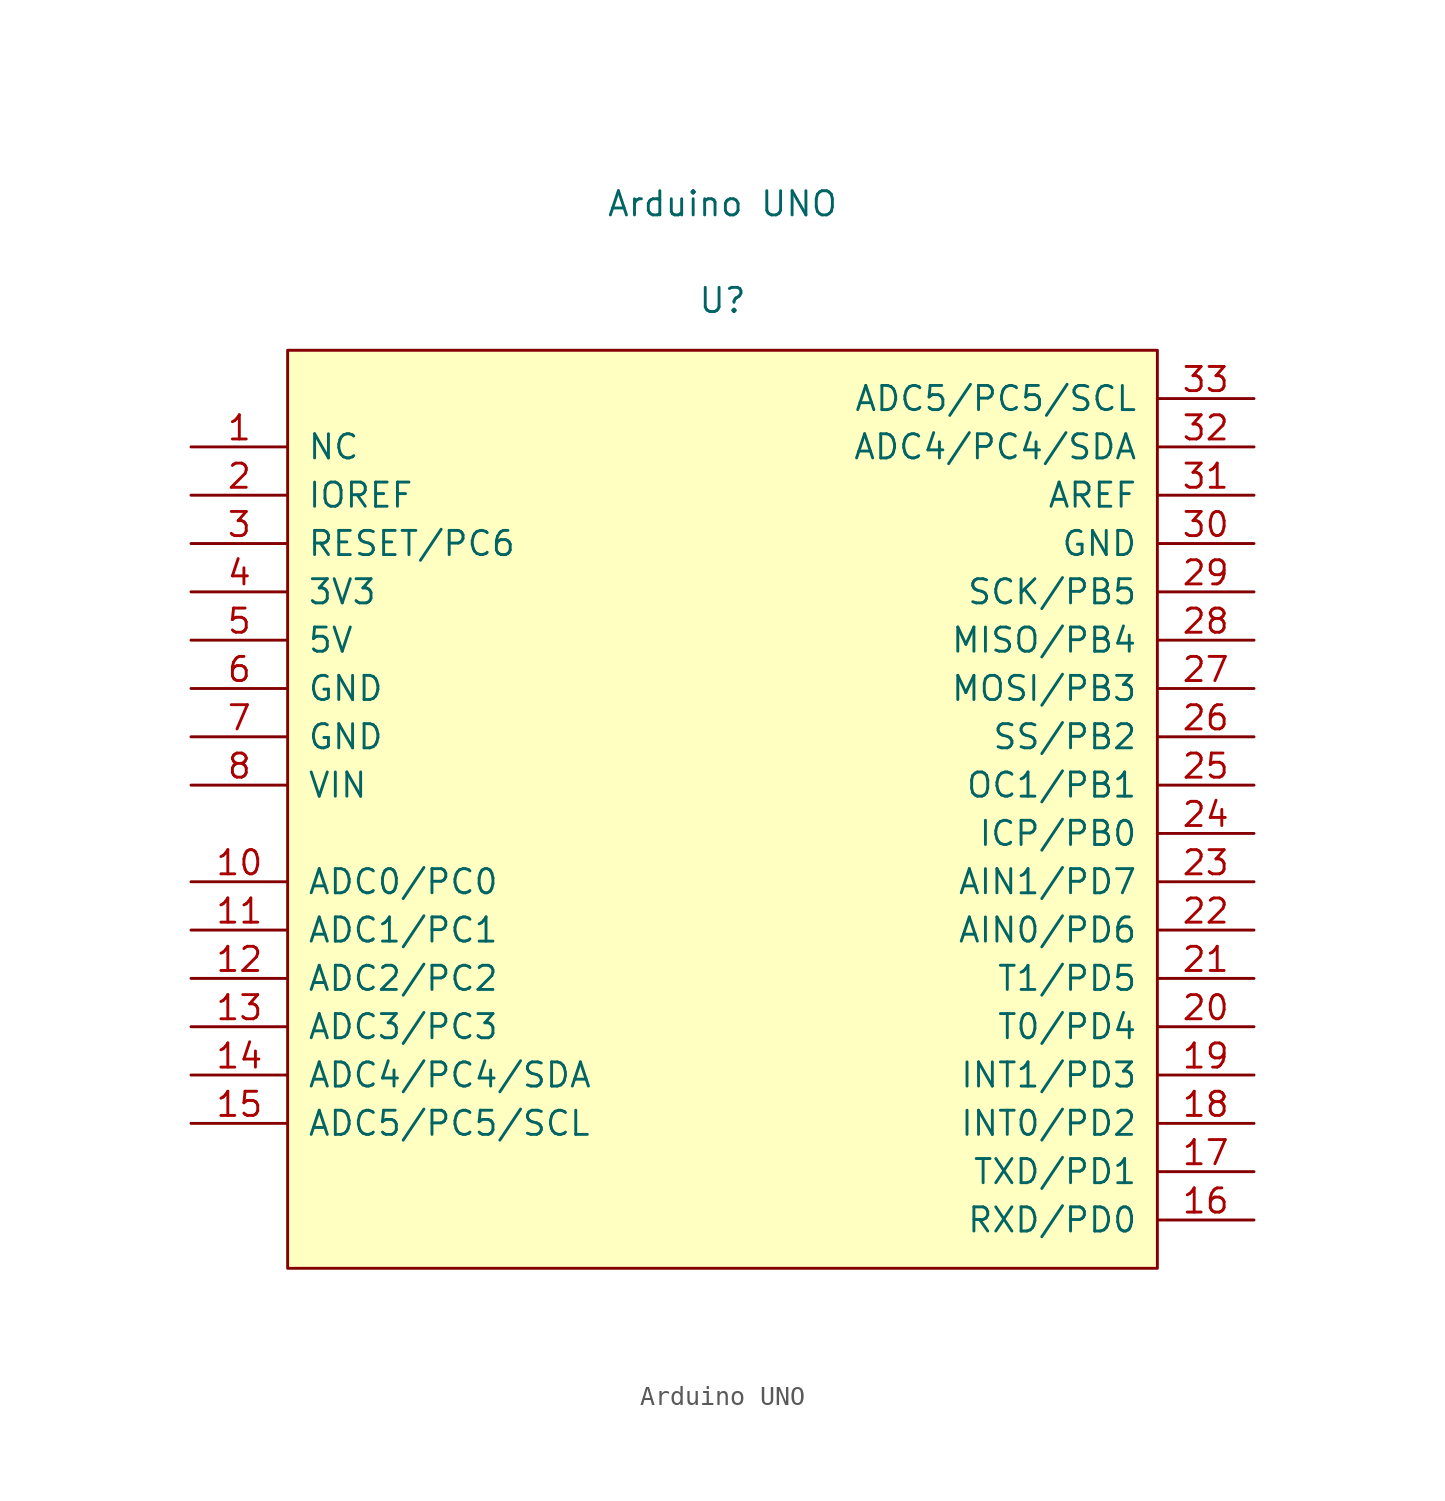
<source format=kicad_sym>
(kicad_symbol_lib
  (version 20220914)
  (generator kicad_symbol_editor)
  (symbol "Arduino UNO"
    (pin_names
      (offset 1.016))
    (property "Reference" "U"
      (at 0 28.016 0)
      (effects (font (size 1.27 1.27))))
    (property "Value" "Arduino UNO"
      (at 0 33.096 0)
      (effects (font (size 1.27 1.27))))
    (symbol "Arduino UNO_1_1"
      (rectangle (start -22.86 25.4) (end 22.86 -22.86) (stroke (width 0.152) (type solid)) (fill (type background)))
      (pin bidirectional line (at -27.94 20.32 0) (length 5.08) (name "NC" (effects (font (size 1.27 1.27)))) (number "1" (effects (font (size 1.27 1.27)))))
      (pin bidirectional line (at -27.94 -2.54 0) (length 5.08) (name "ADC0/PC0" (effects (font (size 1.27 1.27)))) (number "10" (effects (font (size 1.27 1.27)))))
      (pin bidirectional line (at -27.94 -5.08 0) (length 5.08) (name "ADC1/PC1" (effects (font (size 1.27 1.27)))) (number "11" (effects (font (size 1.27 1.27)))))
      (pin bidirectional line (at -27.94 -7.62 0) (length 5.08) (name "ADC2/PC2" (effects (font (size 1.27 1.27)))) (number "12" (effects (font (size 1.27 1.27)))))
      (pin bidirectional line (at -27.94 -10.16 0) (length 5.08) (name "ADC3/PC3" (effects (font (size 1.27 1.27)))) (number "13" (effects (font (size 1.27 1.27)))))
      (pin bidirectional line (at -27.94 -12.7 0) (length 5.08) (name "ADC4/PC4/SDA" (effects (font (size 1.27 1.27)))) (number "14" (effects (font (size 1.27 1.27)))))
      (pin bidirectional line (at -27.94 -15.24 0) (length 5.08) (name "ADC5/PC5/SCL" (effects (font (size 1.27 1.27)))) (number "15" (effects (font (size 1.27 1.27)))))
      (pin bidirectional line (at 27.94 -20.32 180) (length 5.08) (name "RXD/PD0" (effects (font (size 1.27 1.27)))) (number "16" (effects (font (size 1.27 1.27)))))
      (pin bidirectional line (at 27.94 -17.78 180) (length 5.08) (name "TXD/PD1" (effects (font (size 1.27 1.27)))) (number "17" (effects (font (size 1.27 1.27)))))
      (pin bidirectional line (at 27.94 -15.24 180) (length 5.08) (name "INT0/PD2" (effects (font (size 1.27 1.27)))) (number "18" (effects (font (size 1.27 1.27)))))
      (pin bidirectional line (at 27.94 -12.7 180) (length 5.08) (name "INT1/PD3" (effects (font (size 1.27 1.27)))) (number "19" (effects (font (size 1.27 1.27)))))
      (pin bidirectional line (at -27.94 17.78 0) (length 5.08) (name "IOREF" (effects (font (size 1.27 1.27)))) (number "2" (effects (font (size 1.27 1.27)))))
      (pin bidirectional line (at 27.94 -10.16 180) (length 5.08) (name "T0/PD4" (effects (font (size 1.27 1.27)))) (number "20" (effects (font (size 1.27 1.27)))))
      (pin bidirectional line (at 27.94 -7.62 180) (length 5.08) (name "T1/PD5" (effects (font (size 1.27 1.27)))) (number "21" (effects (font (size 1.27 1.27)))))
      (pin bidirectional line (at 27.94 -5.08 180) (length 5.08) (name "AIN0/PD6" (effects (font (size 1.27 1.27)))) (number "22" (effects (font (size 1.27 1.27)))))
      (pin bidirectional line (at 27.94 -2.54 180) (length 5.08) (name "AIN1/PD7" (effects (font (size 1.27 1.27)))) (number "23" (effects (font (size 1.27 1.27)))))
      (pin bidirectional line (at 27.94 0 180) (length 5.08) (name "ICP/PB0" (effects (font (size 1.27 1.27)))) (number "24" (effects (font (size 1.27 1.27)))))
      (pin bidirectional line (at 27.94 2.54 180) (length 5.08) (name "OC1/PB1" (effects (font (size 1.27 1.27)))) (number "25" (effects (font (size 1.27 1.27)))))
      (pin bidirectional line (at 27.94 5.08 180) (length 5.08) (name "SS/PB2" (effects (font (size 1.27 1.27)))) (number "26" (effects (font (size 1.27 1.27)))))
      (pin bidirectional line (at 27.94 7.62 180) (length 5.08) (name "MOSI/PB3" (effects (font (size 1.27 1.27)))) (number "27" (effects (font (size 1.27 1.27)))))
      (pin bidirectional line (at 27.94 10.16 180) (length 5.08) (name "MISO/PB4" (effects (font (size 1.27 1.27)))) (number "28" (effects (font (size 1.27 1.27)))))
      (pin bidirectional line (at 27.94 12.7 180) (length 5.08) (name "SCK/PB5" (effects (font (size 1.27 1.27)))) (number "29" (effects (font (size 1.27 1.27)))))
      (pin bidirectional line (at -27.94 15.24 0) (length 5.08) (name "RESET/PC6" (effects (font (size 1.27 1.27)))) (number "3" (effects (font (size 1.27 1.27)))))
      (pin bidirectional line (at 27.94 15.24 180) (length 5.08) (name "GND" (effects (font (size 1.27 1.27)))) (number "30" (effects (font (size 1.27 1.27)))))
      (pin bidirectional line (at 27.94 17.78 180) (length 5.08) (name "AREF" (effects (font (size 1.27 1.27)))) (number "31" (effects (font (size 1.27 1.27)))))
      (pin bidirectional line (at 27.94 20.32 180) (length 5.08) (name "ADC4/PC4/SDA" (effects (font (size 1.27 1.27)))) (number "32" (effects (font (size 1.27 1.27)))))
      (pin bidirectional line (at 27.94 22.86 180) (length 5.08) (name "ADC5/PC5/SCL" (effects (font (size 1.27 1.27)))) (number "33" (effects (font (size 1.27 1.27)))))
      (pin bidirectional line (at -27.94 12.7 0) (length 5.08) (name "3V3" (effects (font (size 1.27 1.27)))) (number "4" (effects (font (size 1.27 1.27)))))
      (pin bidirectional line (at -27.94 10.16 0) (length 5.08) (name "5V" (effects (font (size 1.27 1.27)))) (number "5" (effects (font (size 1.27 1.27)))))
      (pin power_in line (at -27.94 7.62 0) (length 5.08) (name "GND" (effects (font (size 1.27 1.27)))) (number "6" (effects (font (size 1.27 1.27)))))
      (pin power_in line (at -27.94 5.08 0) (length 5.08) (name "GND" (effects (font (size 1.27 1.27)))) (number "7" (effects (font (size 1.27 1.27)))))
      (pin bidirectional line (at -27.94 2.54 0) (length 5.08) (name "VIN" (effects (font (size 1.27 1.27)))) (number "8" (effects (font (size 1.27 1.27))))))))
</source>
